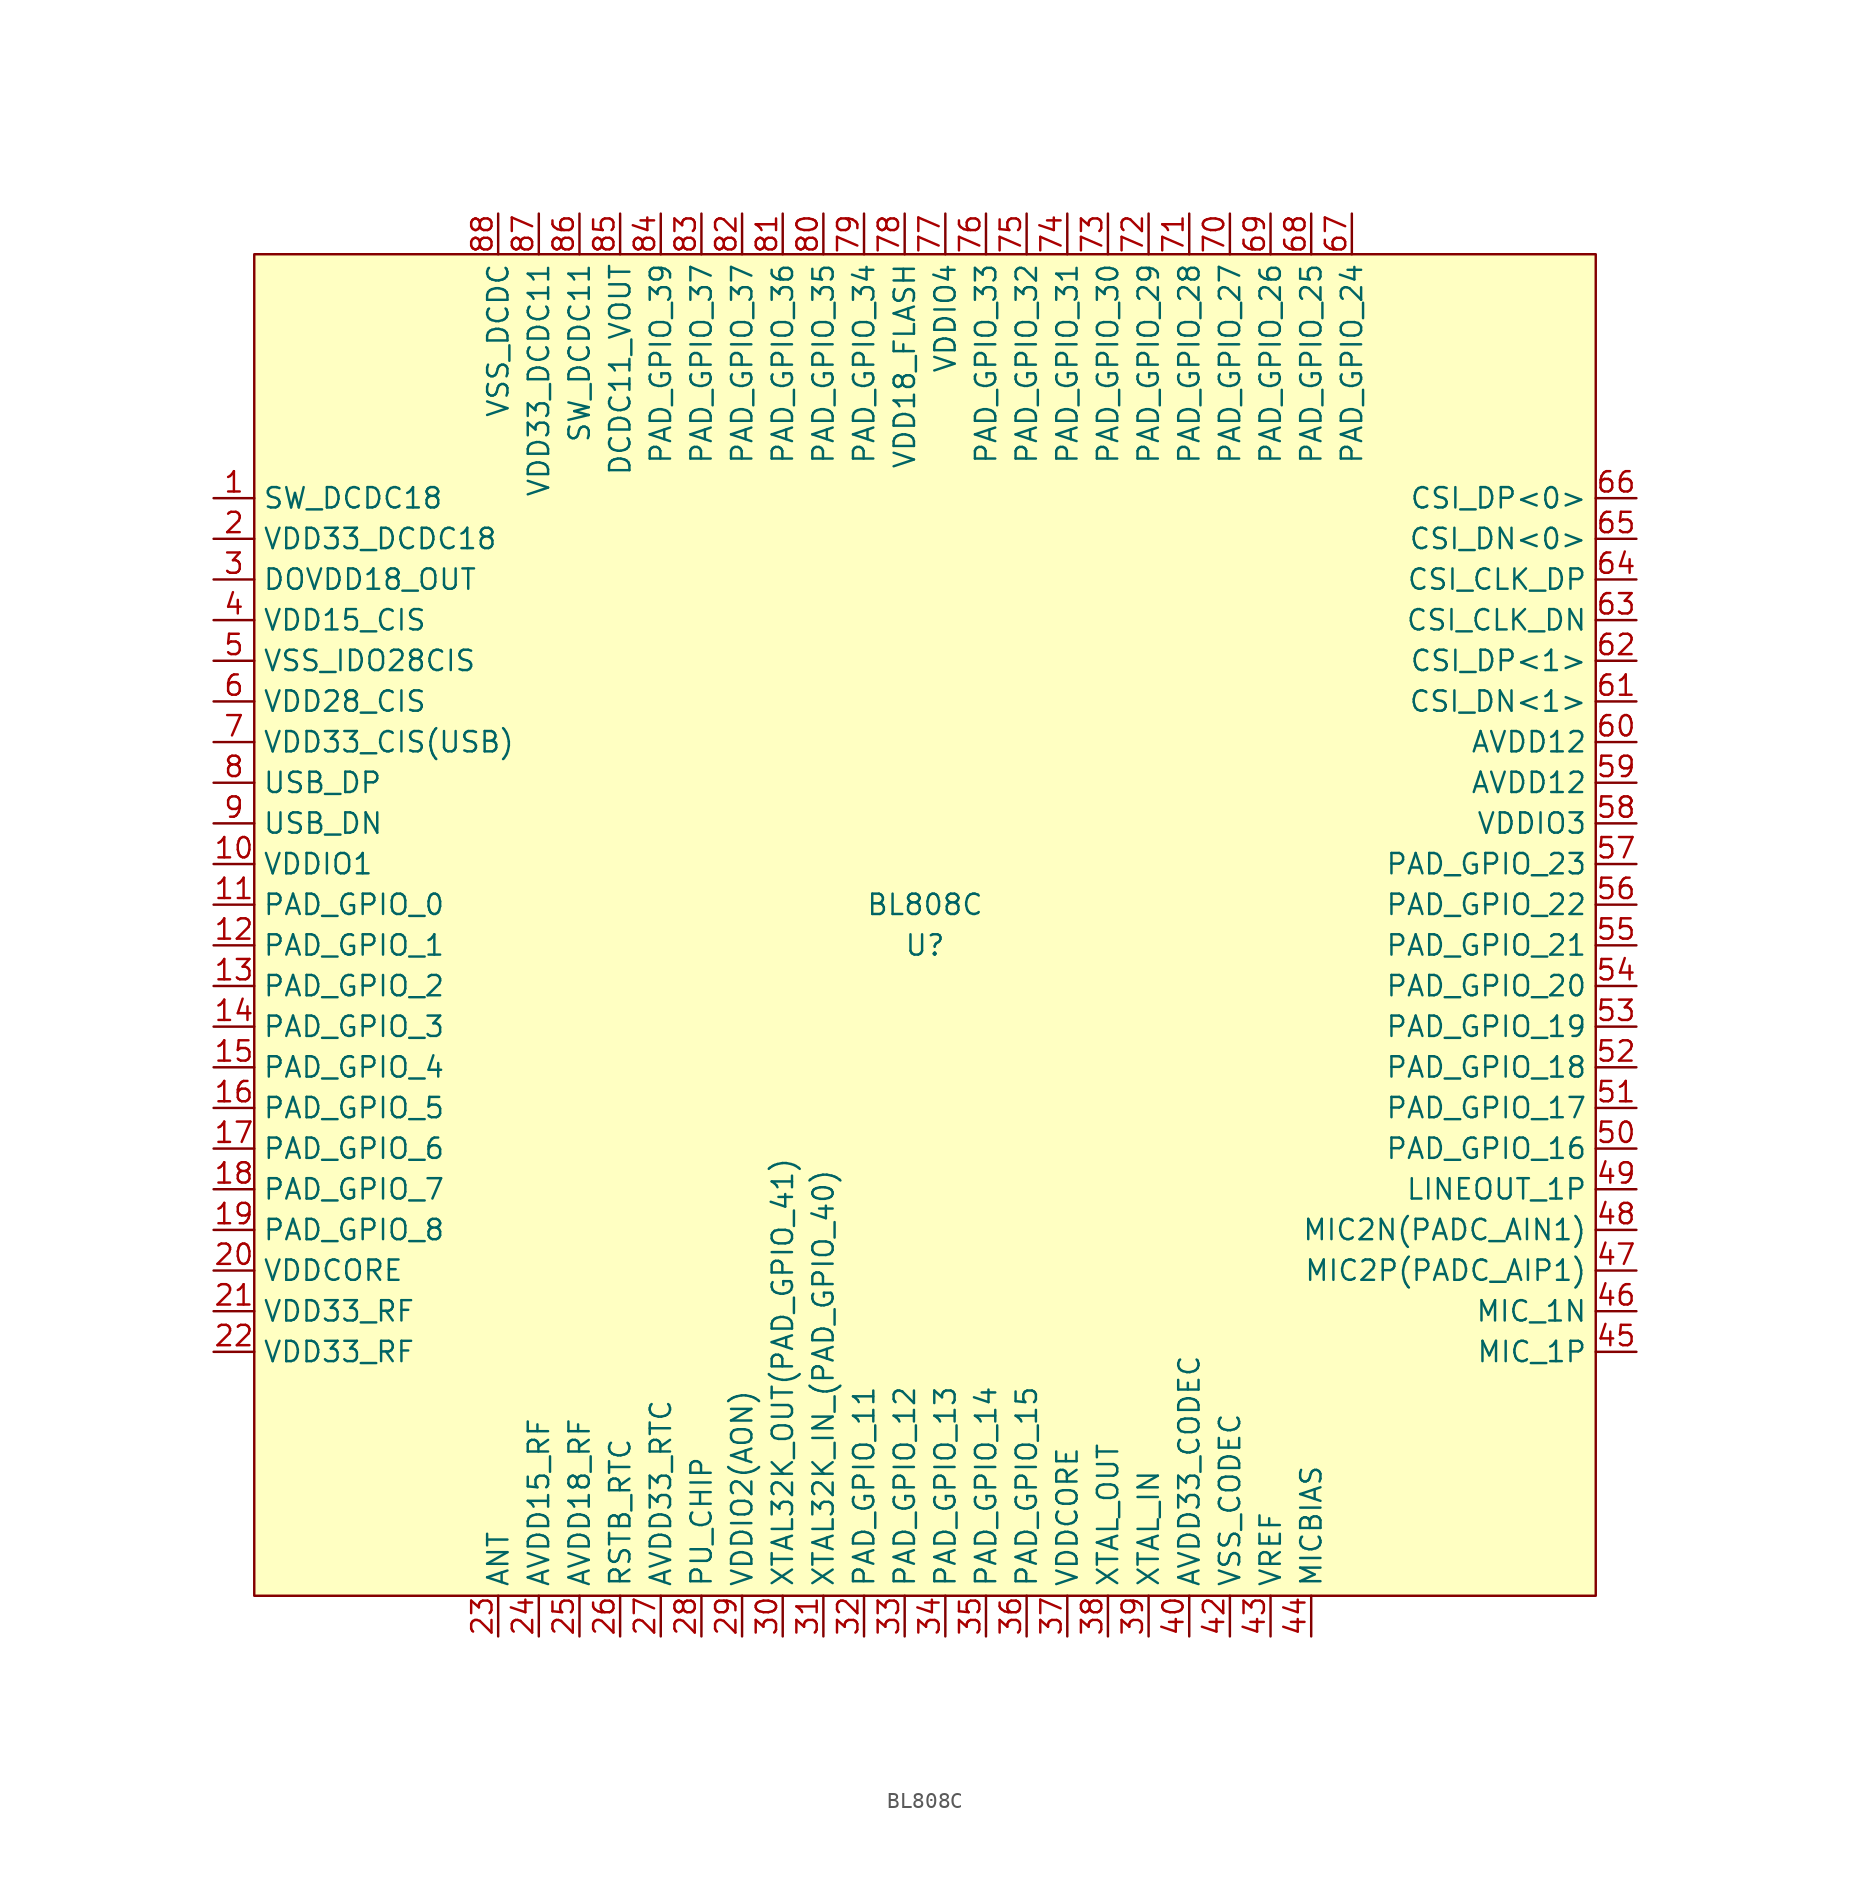
<source format=kicad_sym>
(kicad_symbol_lib
  (version 20211014)
  (generator kicad_symbol_editor)
  (symbol "BL808C"
    (property "Reference" "U"
      (at 0 -1.27 0)
      (effects (font (size 1.27 1.27))))
    (property "Value" "BL808C"
      (at 0 1.27 0)
      (effects (font (size 1.27 1.27))))
    (symbol "BL808C_0_1"
      (rectangle (start -41.91 41.91) (end 41.91 -41.91) (stroke (width 0) (type default) (color 0 0 0 0)) (fill (type background))))
    (symbol "BL808C_1_1"
      (pin input line (at -44.45 26.67 0) (length 2.54) (name "SW_DCDC18" (effects (font (size 1.27 1.27)))) (number "1" (effects (font (size 1.27 1.27)))))
      (pin input line (at -44.45 3.81 0) (length 2.54) (name "VDDIO1" (effects (font (size 1.27 1.27)))) (number "10" (effects (font (size 1.27 1.27)))))
      (pin input line (at -44.45 1.27 0) (length 2.54) (name "PAD_GPIO_0" (effects (font (size 1.27 1.27)))) (number "11" (effects (font (size 1.27 1.27)))))
      (pin input line (at -44.45 -1.27 0) (length 2.54) (name "PAD_GPIO_1" (effects (font (size 1.27 1.27)))) (number "12" (effects (font (size 1.27 1.27)))))
      (pin input line (at -44.45 -3.81 0) (length 2.54) (name "PAD_GPIO_2" (effects (font (size 1.27 1.27)))) (number "13" (effects (font (size 1.27 1.27)))))
      (pin input line (at -44.45 -6.35 0) (length 2.54) (name "PAD_GPIO_3" (effects (font (size 1.27 1.27)))) (number "14" (effects (font (size 1.27 1.27)))))
      (pin input line (at -44.45 -8.89 0) (length 2.54) (name "PAD_GPIO_4" (effects (font (size 1.27 1.27)))) (number "15" (effects (font (size 1.27 1.27)))))
      (pin input line (at -44.45 -11.43 0) (length 2.54) (name "PAD_GPIO_5" (effects (font (size 1.27 1.27)))) (number "16" (effects (font (size 1.27 1.27)))))
      (pin input line (at -44.45 -13.97 0) (length 2.54) (name "PAD_GPIO_6" (effects (font (size 1.27 1.27)))) (number "17" (effects (font (size 1.27 1.27)))))
      (pin input line (at -44.45 -16.51 0) (length 2.54) (name "PAD_GPIO_7" (effects (font (size 1.27 1.27)))) (number "18" (effects (font (size 1.27 1.27)))))
      (pin input line (at -44.45 -19.05 0) (length 2.54) (name "PAD_GPIO_8" (effects (font (size 1.27 1.27)))) (number "19" (effects (font (size 1.27 1.27)))))
      (pin input line (at -44.45 24.13 0) (length 2.54) (name "VDD33_DCDC18" (effects (font (size 1.27 1.27)))) (number "2" (effects (font (size 1.27 1.27)))))
      (pin input line (at -44.45 -21.59 0) (length 2.54) (name "VDDCORE" (effects (font (size 1.27 1.27)))) (number "20" (effects (font (size 1.27 1.27)))))
      (pin input line (at -44.45 -24.13 0) (length 2.54) (name "VDD33_RF" (effects (font (size 1.27 1.27)))) (number "21" (effects (font (size 1.27 1.27)))))
      (pin input line (at -44.45 -26.67 0) (length 2.54) (name "VDD33_RF" (effects (font (size 1.27 1.27)))) (number "22" (effects (font (size 1.27 1.27)))))
      (pin input line (at -26.67 -44.45 90) (length 2.54) (name "ANT" (effects (font (size 1.27 1.27)))) (number "23" (effects (font (size 1.27 1.27)))))
      (pin input line (at -24.13 -44.45 90) (length 2.54) (name "AVDD15_RF" (effects (font (size 1.27 1.27)))) (number "24" (effects (font (size 1.27 1.27)))))
      (pin input line (at -21.59 -44.45 90) (length 2.54) (name "AVDD18_RF" (effects (font (size 1.27 1.27)))) (number "25" (effects (font (size 1.27 1.27)))))
      (pin input line (at -19.05 -44.45 90) (length 2.54) (name "RSTB_RTC" (effects (font (size 1.27 1.27)))) (number "26" (effects (font (size 1.27 1.27)))))
      (pin input line (at -16.51 -44.45 90) (length 2.54) (name "AVDD33_RTC" (effects (font (size 1.27 1.27)))) (number "27" (effects (font (size 1.27 1.27)))))
      (pin input line (at -13.97 -44.45 90) (length 2.54) (name "PU_CHIP" (effects (font (size 1.27 1.27)))) (number "28" (effects (font (size 1.27 1.27)))))
      (pin input line (at -11.43 -44.45 90) (length 2.54) (name "VDDIO2(AON)" (effects (font (size 1.27 1.27)))) (number "29" (effects (font (size 1.27 1.27)))))
      (pin input line (at -44.45 21.59 0) (length 2.54) (name "DOVDD18_OUT" (effects (font (size 1.27 1.27)))) (number "3" (effects (font (size 1.27 1.27)))))
      (pin input line (at -8.89 -44.45 90) (length 2.54) (name "XTAL32K_OUT(PAD_GPIO_41)" (effects (font (size 1.27 1.27)))) (number "30" (effects (font (size 1.27 1.27)))))
      (pin input line (at -6.35 -44.45 90) (length 2.54) (name "XTAL32K_IN_(PAD_GPIO_40)" (effects (font (size 1.27 1.27)))) (number "31" (effects (font (size 1.27 1.27)))))
      (pin input line (at -3.81 -44.45 90) (length 2.54) (name "PAD_GPIO_11" (effects (font (size 1.27 1.27)))) (number "32" (effects (font (size 1.27 1.27)))))
      (pin input line (at -1.27 -44.45 90) (length 2.54) (name "PAD_GPIO_12" (effects (font (size 1.27 1.27)))) (number "33" (effects (font (size 1.27 1.27)))))
      (pin input line (at 1.27 -44.45 90) (length 2.54) (name "PAD_GPIO_13" (effects (font (size 1.27 1.27)))) (number "34" (effects (font (size 1.27 1.27)))))
      (pin input line (at 3.81 -44.45 90) (length 2.54) (name "PAD_GPIO_14" (effects (font (size 1.27 1.27)))) (number "35" (effects (font (size 1.27 1.27)))))
      (pin input line (at 6.35 -44.45 90) (length 2.54) (name "PAD_GPIO_15" (effects (font (size 1.27 1.27)))) (number "36" (effects (font (size 1.27 1.27)))))
      (pin input line (at 8.89 -44.45 90) (length 2.54) (name "VDDCORE" (effects (font (size 1.27 1.27)))) (number "37" (effects (font (size 1.27 1.27)))))
      (pin input line (at 11.43 -44.45 90) (length 2.54) (name "XTAL_OUT" (effects (font (size 1.27 1.27)))) (number "38" (effects (font (size 1.27 1.27)))))
      (pin input line (at 13.97 -44.45 90) (length 2.54) (name "XTAL_IN" (effects (font (size 1.27 1.27)))) (number "39" (effects (font (size 1.27 1.27)))))
      (pin input line (at -44.45 19.05 0) (length 2.54) (name "VDD15_CIS" (effects (font (size 1.27 1.27)))) (number "4" (effects (font (size 1.27 1.27)))))
      (pin input line (at 16.51 -44.45 90) (length 2.54) (name "AVDD33_CODEC" (effects (font (size 1.27 1.27)))) (number "40" (effects (font (size 1.27 1.27)))))
      (pin input line (at 19.05 -44.45 90) (length 2.54) (name "VSS_CODEC" (effects (font (size 1.27 1.27)))) (number "42" (effects (font (size 1.27 1.27)))))
      (pin input line (at 21.59 -44.45 90) (length 2.54) (name "VREF" (effects (font (size 1.27 1.27)))) (number "43" (effects (font (size 1.27 1.27)))))
      (pin input line (at 24.13 -44.45 90) (length 2.54) (name "MICBIAS" (effects (font (size 1.27 1.27)))) (number "44" (effects (font (size 1.27 1.27)))))
      (pin input line (at 44.45 -26.67 180) (length 2.54) (name "MIC_1P" (effects (font (size 1.27 1.27)))) (number "45" (effects (font (size 1.27 1.27)))))
      (pin input line (at 44.45 -24.13 180) (length 2.54) (name "MIC_1N" (effects (font (size 1.27 1.27)))) (number "46" (effects (font (size 1.27 1.27)))))
      (pin input line (at 44.45 -21.59 180) (length 2.54) (name "MIC2P(PADC_AIP1)" (effects (font (size 1.27 1.27)))) (number "47" (effects (font (size 1.27 1.27)))))
      (pin input line (at 44.45 -19.05 180) (length 2.54) (name "MIC2N(PADC_AIN1)" (effects (font (size 1.27 1.27)))) (number "48" (effects (font (size 1.27 1.27)))))
      (pin input line (at 44.45 -16.51 180) (length 2.54) (name "LINEOUT_1P" (effects (font (size 1.27 1.27)))) (number "49" (effects (font (size 1.27 1.27)))))
      (pin input line (at -44.45 16.51 0) (length 2.54) (name "VSS_IDO28CIS" (effects (font (size 1.27 1.27)))) (number "5" (effects (font (size 1.27 1.27)))))
      (pin input line (at 44.45 -13.97 180) (length 2.54) (name "PAD_GPIO_16" (effects (font (size 1.27 1.27)))) (number "50" (effects (font (size 1.27 1.27)))))
      (pin input line (at 44.45 -11.43 180) (length 2.54) (name "PAD_GPIO_17" (effects (font (size 1.27 1.27)))) (number "51" (effects (font (size 1.27 1.27)))))
      (pin input line (at 44.45 -8.89 180) (length 2.54) (name "PAD_GPIO_18" (effects (font (size 1.27 1.27)))) (number "52" (effects (font (size 1.27 1.27)))))
      (pin input line (at 44.45 -6.35 180) (length 2.54) (name "PAD_GPIO_19" (effects (font (size 1.27 1.27)))) (number "53" (effects (font (size 1.27 1.27)))))
      (pin input line (at 44.45 -3.81 180) (length 2.54) (name "PAD_GPIO_20" (effects (font (size 1.27 1.27)))) (number "54" (effects (font (size 1.27 1.27)))))
      (pin input line (at 44.45 -1.27 180) (length 2.54) (name "PAD_GPIO_21" (effects (font (size 1.27 1.27)))) (number "55" (effects (font (size 1.27 1.27)))))
      (pin input line (at 44.45 1.27 180) (length 2.54) (name "PAD_GPIO_22" (effects (font (size 1.27 1.27)))) (number "56" (effects (font (size 1.27 1.27)))))
      (pin input line (at 44.45 3.81 180) (length 2.54) (name "PAD_GPIO_23" (effects (font (size 1.27 1.27)))) (number "57" (effects (font (size 1.27 1.27)))))
      (pin input line (at 44.45 6.35 180) (length 2.54) (name "VDDIO3" (effects (font (size 1.27 1.27)))) (number "58" (effects (font (size 1.27 1.27)))))
      (pin input line (at 44.45 8.89 180) (length 2.54) (name "AVDD12" (effects (font (size 1.27 1.27)))) (number "59" (effects (font (size 1.27 1.27)))))
      (pin input line (at -44.45 13.97 0) (length 2.54) (name "VDD28_CIS" (effects (font (size 1.27 1.27)))) (number "6" (effects (font (size 1.27 1.27)))))
      (pin input line (at 44.45 11.43 180) (length 2.54) (name "AVDD12" (effects (font (size 1.27 1.27)))) (number "60" (effects (font (size 1.27 1.27)))))
      (pin input line (at 44.45 13.97 180) (length 2.54) (name "CSI_DN<1>" (effects (font (size 1.27 1.27)))) (number "61" (effects (font (size 1.27 1.27)))))
      (pin input line (at 44.45 16.51 180) (length 2.54) (name "CSI_DP<1>" (effects (font (size 1.27 1.27)))) (number "62" (effects (font (size 1.27 1.27)))))
      (pin input line (at 44.45 19.05 180) (length 2.54) (name "CSI_CLK_DN" (effects (font (size 1.27 1.27)))) (number "63" (effects (font (size 1.27 1.27)))))
      (pin input line (at 44.45 21.59 180) (length 2.54) (name "CSI_CLK_DP" (effects (font (size 1.27 1.27)))) (number "64" (effects (font (size 1.27 1.27)))))
      (pin input line (at 44.45 24.13 180) (length 2.54) (name "CSI_DN<0>" (effects (font (size 1.27 1.27)))) (number "65" (effects (font (size 1.27 1.27)))))
      (pin input line (at 44.45 26.67 180) (length 2.54) (name "CSI_DP<0>" (effects (font (size 1.27 1.27)))) (number "66" (effects (font (size 1.27 1.27)))))
      (pin input line (at 26.67 44.45 270) (length 2.54) (name "PAD_GPIO_24" (effects (font (size 1.27 1.27)))) (number "67" (effects (font (size 1.27 1.27)))))
      (pin input line (at 24.13 44.45 270) (length 2.54) (name "PAD_GPIO_25" (effects (font (size 1.27 1.27)))) (number "68" (effects (font (size 1.27 1.27)))))
      (pin input line (at 21.59 44.45 270) (length 2.54) (name "PAD_GPIO_26" (effects (font (size 1.27 1.27)))) (number "69" (effects (font (size 1.27 1.27)))))
      (pin input line (at -44.45 11.43 0) (length 2.54) (name "VDD33_CIS(USB)" (effects (font (size 1.27 1.27)))) (number "7" (effects (font (size 1.27 1.27)))))
      (pin input line (at 19.05 44.45 270) (length 2.54) (name "PAD_GPIO_27" (effects (font (size 1.27 1.27)))) (number "70" (effects (font (size 1.27 1.27)))))
      (pin input line (at 16.51 44.45 270) (length 2.54) (name "PAD_GPIO_28" (effects (font (size 1.27 1.27)))) (number "71" (effects (font (size 1.27 1.27)))))
      (pin input line (at 13.97 44.45 270) (length 2.54) (name "PAD_GPIO_29" (effects (font (size 1.27 1.27)))) (number "72" (effects (font (size 1.27 1.27)))))
      (pin input line (at 11.43 44.45 270) (length 2.54) (name "PAD_GPIO_30" (effects (font (size 1.27 1.27)))) (number "73" (effects (font (size 1.27 1.27)))))
      (pin input line (at 8.89 44.45 270) (length 2.54) (name "PAD_GPIO_31" (effects (font (size 1.27 1.27)))) (number "74" (effects (font (size 1.27 1.27)))))
      (pin input line (at 6.35 44.45 270) (length 2.54) (name "PAD_GPIO_32" (effects (font (size 1.27 1.27)))) (number "75" (effects (font (size 1.27 1.27)))))
      (pin input line (at 3.81 44.45 270) (length 2.54) (name "PAD_GPIO_33" (effects (font (size 1.27 1.27)))) (number "76" (effects (font (size 1.27 1.27)))))
      (pin input line (at 1.27 44.45 270) (length 2.54) (name "VDDIO4" (effects (font (size 1.27 1.27)))) (number "77" (effects (font (size 1.27 1.27)))))
      (pin input line (at -1.27 44.45 270) (length 2.54) (name "VDD18_FLASH" (effects (font (size 1.27 1.27)))) (number "78" (effects (font (size 1.27 1.27)))))
      (pin input line (at -3.81 44.45 270) (length 2.54) (name "PAD_GPIO_34" (effects (font (size 1.27 1.27)))) (number "79" (effects (font (size 1.27 1.27)))))
      (pin input line (at -44.45 8.89 0) (length 2.54) (name "USB_DP" (effects (font (size 1.27 1.27)))) (number "8" (effects (font (size 1.27 1.27)))))
      (pin input line (at -6.35 44.45 270) (length 2.54) (name "PAD_GPIO_35" (effects (font (size 1.27 1.27)))) (number "80" (effects (font (size 1.27 1.27)))))
      (pin input line (at -8.89 44.45 270) (length 2.54) (name "PAD_GPIO_36" (effects (font (size 1.27 1.27)))) (number "81" (effects (font (size 1.27 1.27)))))
      (pin input line (at -11.43 44.45 270) (length 2.54) (name "PAD_GPIO_37" (effects (font (size 1.27 1.27)))) (number "82" (effects (font (size 1.27 1.27)))))
      (pin input line (at -13.97 44.45 270) (length 2.54) (name "PAD_GPIO_37" (effects (font (size 1.27 1.27)))) (number "83" (effects (font (size 1.27 1.27)))))
      (pin input line (at -16.51 44.45 270) (length 2.54) (name "PAD_GPIO_39" (effects (font (size 1.27 1.27)))) (number "84" (effects (font (size 1.27 1.27)))))
      (pin input line (at -19.05 44.45 270) (length 2.54) (name "DCDC11_VOUT" (effects (font (size 1.27 1.27)))) (number "85" (effects (font (size 1.27 1.27)))))
      (pin input line (at -21.59 44.45 270) (length 2.54) (name "SW_DCDC11" (effects (font (size 1.27 1.27)))) (number "86" (effects (font (size 1.27 1.27)))))
      (pin input line (at -24.13 44.45 270) (length 2.54) (name "VDD33_DCDC11" (effects (font (size 1.27 1.27)))) (number "87" (effects (font (size 1.27 1.27)))))
      (pin input line (at -26.67 44.45 270) (length 2.54) (name "VSS_DCDC" (effects (font (size 1.27 1.27)))) (number "88" (effects (font (size 1.27 1.27)))))
      (pin input line (at -44.45 6.35 0) (length 2.54) (name "USB_DN" (effects (font (size 1.27 1.27)))) (number "9" (effects (font (size 1.27 1.27))))))))
</source>
